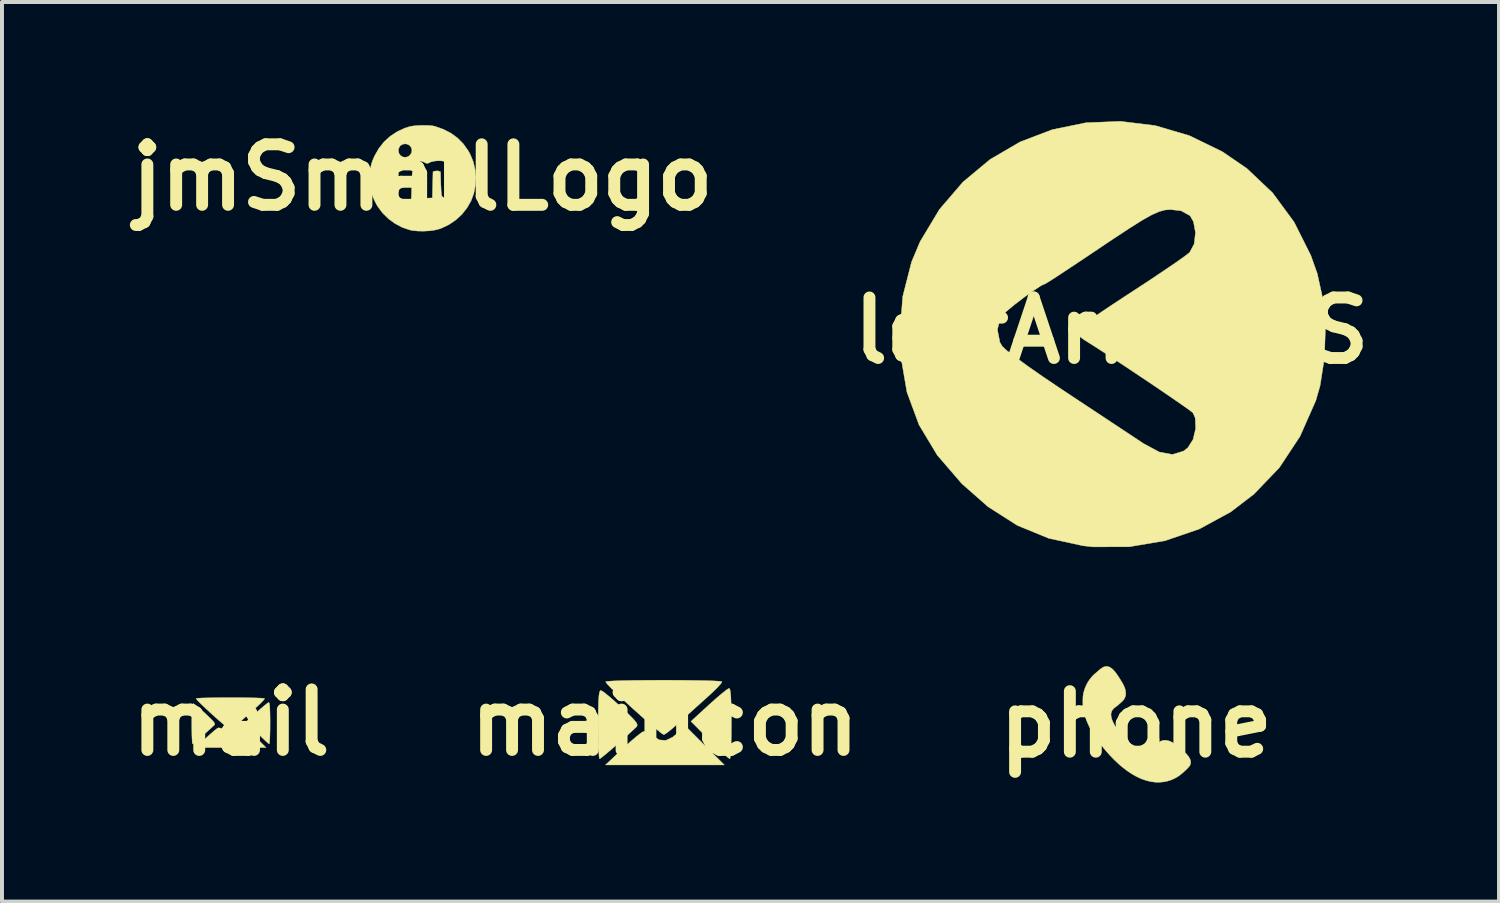
<source format=kicad_pcb>
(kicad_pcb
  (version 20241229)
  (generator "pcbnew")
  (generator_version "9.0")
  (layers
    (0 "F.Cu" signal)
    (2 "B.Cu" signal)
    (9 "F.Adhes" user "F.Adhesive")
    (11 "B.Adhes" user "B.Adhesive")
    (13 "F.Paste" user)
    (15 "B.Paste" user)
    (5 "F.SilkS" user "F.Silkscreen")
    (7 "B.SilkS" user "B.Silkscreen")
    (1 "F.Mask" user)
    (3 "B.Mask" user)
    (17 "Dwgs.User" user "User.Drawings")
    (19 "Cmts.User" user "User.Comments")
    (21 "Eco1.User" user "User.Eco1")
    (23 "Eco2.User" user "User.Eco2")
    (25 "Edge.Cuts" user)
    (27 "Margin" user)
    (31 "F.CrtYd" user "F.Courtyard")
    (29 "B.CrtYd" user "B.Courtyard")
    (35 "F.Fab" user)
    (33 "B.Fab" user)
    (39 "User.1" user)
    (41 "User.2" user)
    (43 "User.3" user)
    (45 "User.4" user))
  (footprint "phone"
    (layer "F.Cu")
    (at 25.558 15.188)
    (property "Reference" "phone" (at 0 0 0) (layer "F.SilkS") (effects (font (size 1.524 1.524) (thickness 0.3))))
    (attr through_hole)
    (fp_poly (pts (xy -0.725 -1.457) (xy -0.707 -1.454) (xy -0.69 -1.448) (xy -0.667 -1.438) (xy -0.663 -1.436) (xy -0.635 -1.42) (xy -0.607 -1.399) (xy -0.578 -1.373) (xy -0.548 -1.34) (xy -0.517 -1.301) (xy -0.482 -1.253) (xy -0.444 -1.197) (xy -0.403 -1.133) (xy -0.37 -1.079) (xy -0.343 -1.033) (xy -0.321 -0.992) (xy -0.304 -0.956) (xy -0.29 -0.922) (xy -0.279 -0.889) (xy -0.271 -0.855) (xy -0.268 -0.841) (xy -0.261 -0.783) (xy -0.266 -0.728) (xy -0.281 -0.677) (xy -0.308 -0.628) (xy -0.314 -0.619) (xy -0.331 -0.599) (xy -0.356 -0.574) (xy -0.387 -0.545) (xy -0.422 -0.514) (xy -0.459 -0.482) (xy -0.498 -0.452) (xy -0.52 -0.435) (xy -0.561 -0.402) (xy -0.591 -0.369) (xy -0.613 -0.336) (xy -0.626 -0.3) (xy -0.629 -0.289) (xy -0.634 -0.241) (xy -0.628 -0.186) (xy -0.612 -0.127) (xy -0.587 -0.063) (xy -0.551 0.007) (xy -0.504 0.082) (xy -0.448 0.161) (xy -0.382 0.246) (xy -0.358 0.274) (xy -0.279 0.365) (xy -0.204 0.445) (xy -0.132 0.513) (xy -0.064 0.571) (xy 0.001 0.618) (xy 0.062 0.655) (xy 0.12 0.68) (xy 0.174 0.695) (xy 0.217 0.698) (xy 0.248 0.697) (xy 0.276 0.691) (xy 0.303 0.68) (xy 0.33 0.663) (xy 0.36 0.639) (xy 0.395 0.607) (xy 0.398 0.604) (xy 0.452 0.552) (xy 0.501 0.509) (xy 0.543 0.473) (xy 0.58 0.447) (xy 0.609 0.43) (xy 0.659 0.411) (xy 0.711 0.402) (xy 0.764 0.404) (xy 0.82 0.416) (xy 0.878 0.439) (xy 0.94 0.473) (xy 0.983 0.502) (xy 1.01 0.522) (xy 1.044 0.549) (xy 1.081 0.579) (xy 1.12 0.612) (xy 1.159 0.646) (xy 1.195 0.678) (xy 1.227 0.708) (xy 1.248 0.728) (xy 1.295 0.78) (xy 1.331 0.83) (xy 1.356 0.877) (xy 1.37 0.922) (xy 1.373 0.966) (xy 1.365 1.008) (xy 1.356 1.031) (xy 1.345 1.048) (xy 1.326 1.071) (xy 1.301 1.099) (xy 1.271 1.13) (xy 1.238 1.162) (xy 1.202 1.195) (xy 1.165 1.228) (xy 1.128 1.258) (xy 1.094 1.285) (xy 1.064 1.306) (xy 0.977 1.358) (xy 0.885 1.399) (xy 0.789 1.43) (xy 0.69 1.45) (xy 0.588 1.459) (xy 0.484 1.457) (xy 0.451 1.454) (xy 0.343 1.437) (xy 0.233 1.408) (xy 0.123 1.369) (xy 0.012 1.317) (xy -0.099 1.255) (xy -0.211 1.181) (xy -0.324 1.096) (xy -0.437 1.001) (xy -0.551 0.894) (xy -0.665 0.776) (xy -0.778 0.647) (xy -0.798 0.623) (xy -0.898 0.499) (xy -0.988 0.377) (xy -1.067 0.258) (xy -1.136 0.142) (xy -1.195 0.027) (xy -1.245 -0.087) (xy -1.285 -0.2) (xy -1.316 -0.314) (xy -1.331 -0.39) (xy -1.335 -0.414) (xy -1.338 -0.44) (xy -1.34 -0.47) (xy -1.341 -0.506) (xy -1.342 -0.55) (xy -1.342 -0.577) (xy -1.341 -0.634) (xy -1.339 -0.682) (xy -1.336 -0.723) (xy -1.33 -0.762) (xy -1.322 -0.8) (xy -1.311 -0.84) (xy -1.296 -0.885) (xy -1.296 -0.888) (xy -1.264 -0.968) (xy -1.224 -1.047) (xy -1.176 -1.121) (xy -1.122 -1.19) (xy -1.064 -1.25) (xy -1.041 -1.271) (xy -1.019 -1.289) (xy -0.992 -1.312) (xy -0.963 -1.337) (xy -0.936 -1.361) (xy -0.936 -1.361) (xy -0.894 -1.395) (xy -0.858 -1.421) (xy -0.825 -1.44) (xy -0.794 -1.451) (xy -0.763 -1.456) (xy -0.748 -1.457) (xy -0.725 -1.457)) (stroke (width 0.01) (type solid)) (fill yes) (layer "F.SilkS")))
  (footprint "mail"
    (layer "F.Cu")
    (at 2.765 15.144)
    (property "Reference" "mail" (at 0 0 0) (layer "F.SilkS") (effects (font (size 1.524 1.524) (thickness 0.3))))
    (attr through_hole)
    (fp_poly (pts (xy 0.591 0.337) (xy 0.881 0.628) (xy -0.879 0.628) (xy -0.626 0.39) (xy -0.521 0.293) (xy -0.427 0.212) (xy -0.355 0.155) (xy -0.318 0.133) (xy -0.251 0.141) (xy -0.182 0.191) (xy -0.085 0.257) (xy 0.014 0.265) (xy 0.119 0.215) (xy 0.186 0.158) (xy 0.3 0.046) (xy 0.591 0.337)) (stroke (width 0.01) (type solid)) (fill yes) (layer "F.SilkS"))
    (fp_poly (pts (xy 0.967 -0.481) (xy 0.977 -0.398) (xy 0.983 -0.258) (xy 0.986 -0.06) (xy 0.986 0.015) (xy 0.985 0.184) (xy 0.981 0.331) (xy 0.976 0.445) (xy 0.97 0.517) (xy 0.963 0.538) (xy 0.935 0.518) (xy 0.873 0.463) (xy 0.786 0.381) (xy 0.684 0.281) (xy 0.664 0.26) (xy 0.387 -0.018) (xy 0.654 -0.263) (xy 0.76 -0.358) (xy 0.852 -0.435) (xy 0.92 -0.488) (xy 0.954 -0.508) (xy 0.954 -0.508) (xy 0.967 -0.481)) (stroke (width 0.01) (type solid)) (fill yes) (layer "F.SilkS"))
    (fp_poly (pts (xy -0.914 -0.457) (xy -0.845 -0.403) (xy -0.753 -0.325) (xy -0.647 -0.229) (xy -0.644 -0.226) (xy -0.532 -0.119) (xy -0.459 -0.045) (xy -0.419 0.005) (xy -0.407 0.038) (xy -0.418 0.061) (xy -0.42 0.064) (xy -0.503 0.141) (xy -0.601 0.229) (xy -0.704 0.32) (xy -0.802 0.406) (xy -0.886 0.476) (xy -0.944 0.523) (xy -0.966 0.538) (xy -0.973 0.51) (xy -0.978 0.431) (xy -0.983 0.313) (xy -0.985 0.163) (xy -0.986 0.03) (xy -0.985 -0.166) (xy -0.982 -0.308) (xy -0.975 -0.403) (xy -0.965 -0.457) (xy -0.952 -0.476) (xy -0.949 -0.477) (xy -0.914 -0.457)) (stroke (width 0.01) (type solid)) (fill yes) (layer "F.SilkS"))
    (fp_poly (pts (xy 0.088 -0.627) (xy 0.281 -0.626) (xy 0.459 -0.624) (xy 0.614 -0.621) (xy 0.736 -0.616) (xy 0.817 -0.611) (xy 0.847 -0.605) (xy 0.831 -0.577) (xy 0.779 -0.52) (xy 0.699 -0.441) (xy 0.617 -0.366) (xy 0.492 -0.254) (xy 0.36 -0.136) (xy 0.242 -0.029) (xy 0.194 0.015) (xy 0.107 0.091) (xy 0.035 0.149) (xy -0.01 0.177) (xy -0.016 0.179) (xy -0.046 0.16) (xy -0.114 0.107) (xy -0.21 0.025) (xy -0.329 -0.078) (xy -0.462 -0.196) (xy -0.468 -0.202) (xy -0.598 -0.322) (xy -0.711 -0.428) (xy -0.8 -0.515) (xy -0.857 -0.576) (xy -0.876 -0.605) (xy -0.876 -0.605) (xy -0.844 -0.611) (xy -0.761 -0.617) (xy -0.637 -0.621) (xy -0.481 -0.624) (xy -0.302 -0.626) (xy -0.109 -0.627) (xy 0.088 -0.627)) (stroke (width 0.01) (type solid)) (fill yes) (layer "F.SilkS")))
  (footprint "mailIcon"
    (layer "F.Cu")
    (at 13.69 15.144)
    (property "Reference" "mailIcon" (at 0 0 0) (layer "F.SilkS") (effects (font (size 1.524 1.524) (thickness 0.3))))
    (attr through_hole)
    (fp_poly (pts (xy 1.004 0.573) (xy 1.498 1.067) (xy -1.494 1.067) (xy -1.064 0.662) (xy -0.886 0.499) (xy -0.726 0.361) (xy -0.603 0.264) (xy -0.541 0.226) (xy -0.426 0.239) (xy -0.31 0.325) (xy -0.144 0.436) (xy 0.024 0.45) (xy 0.202 0.365) (xy 0.316 0.268) (xy 0.51 0.079) (xy 1.004 0.573)) (stroke (width 0.01) (type solid)) (fill yes) (layer "F.SilkS"))
    (fp_poly (pts (xy 1.644 -0.817) (xy 1.661 -0.676) (xy 1.671 -0.438) (xy 1.676 -0.102) (xy 1.676 0.025) (xy 1.674 0.313) (xy 1.668 0.562) (xy 1.66 0.756) (xy 1.648 0.878) (xy 1.637 0.914) (xy 1.589 0.88) (xy 1.484 0.787) (xy 1.337 0.648) (xy 1.163 0.477) (xy 1.128 0.442) (xy 0.658 -0.03) (xy 1.112 -0.447) (xy 1.292 -0.608) (xy 1.448 -0.74) (xy 1.563 -0.83) (xy 1.621 -0.864) (xy 1.622 -0.864) (xy 1.644 -0.817)) (stroke (width 0.01) (type solid)) (fill yes) (layer "F.SilkS"))
    (fp_poly (pts (xy -1.553 -0.777) (xy -1.437 -0.686) (xy -1.28 -0.552) (xy -1.101 -0.389) (xy -1.096 -0.384) (xy -0.905 -0.203) (xy -0.78 -0.076) (xy -0.713 0.009) (xy -0.693 0.065) (xy -0.71 0.104) (xy -0.715 0.109) (xy -0.855 0.239) (xy -1.021 0.39) (xy -1.197 0.545) (xy -1.364 0.69) (xy -1.506 0.81) (xy -1.605 0.889) (xy -1.643 0.914) (xy -1.654 0.866) (xy -1.663 0.733) (xy -1.671 0.531) (xy -1.675 0.278) (xy -1.676 0.051) (xy -1.675 -0.282) (xy -1.669 -0.523) (xy -1.658 -0.685) (xy -1.641 -0.777) (xy -1.618 -0.81) (xy -1.613 -0.81) (xy -1.553 -0.777)) (stroke (width 0.01) (type solid)) (fill yes) (layer "F.SilkS"))
    (fp_poly (pts (xy 0.15 -1.066) (xy 0.477 -1.064) (xy 0.78 -1.06) (xy 1.044 -1.055) (xy 1.252 -1.048) (xy 1.389 -1.039) (xy 1.44 -1.029) (xy 1.413 -0.982) (xy 1.325 -0.884) (xy 1.188 -0.75) (xy 1.049 -0.622) (xy 0.837 -0.432) (xy 0.613 -0.23) (xy 0.412 -0.049) (xy 0.33 0.025) (xy 0.182 0.155) (xy 0.06 0.253) (xy -0.017 0.302) (xy -0.027 0.304) (xy -0.079 0.272) (xy -0.193 0.181) (xy -0.358 0.043) (xy -0.559 -0.132) (xy -0.785 -0.334) (xy -0.795 -0.343) (xy -1.017 -0.547) (xy -1.209 -0.728) (xy -1.359 -0.876) (xy -1.457 -0.98) (xy -1.49 -1.028) (xy -1.49 -1.029) (xy -1.435 -1.039) (xy -1.294 -1.048) (xy -1.083 -1.055) (xy -0.817 -1.061) (xy -0.513 -1.064) (xy -0.185 -1.066) (xy 0.15 -1.066)) (stroke (width 0.01) (type solid)) (fill yes) (layer "F.SilkS")))
  (footprint "leftArrowSS"
    (layer "F.Cu")
    (at 24.939 5.275)
    (property "Reference" "leftArrowSS" (at 0 0 0) (layer "F.SilkS") (effects (font (size 1.524 1.524) (thickness 0.3))))
    (attr through_hole)
    (fp_poly (pts (xy 1.099 -5.163) (xy 1.959 -4.91) (xy 2.789 -4.506) (xy 3.406 -4.084) (xy 4.055 -3.469) (xy 4.596 -2.734) (xy 5.016 -1.897) (xy 5.179 -1.439) (xy 5.324 -0.779) (xy 5.384 -0.048) (xy 5.359 0.695) (xy 5.25 1.388) (xy 5.142 1.764) (xy 4.744 2.664) (xy 4.227 3.447) (xy 3.584 4.118) (xy 3 4.565) (xy 2.212 4.994) (xy 1.347 5.29) (xy 0.442 5.443) (xy -0.465 5.445) (xy -0.72 5.417) (xy -1.583 5.229) (xy -2.373 4.905) (xy -3.111 4.434) (xy -3.77 3.854) (xy -4.389 3.136) (xy -4.848 2.372) (xy -5.152 1.549) (xy -5.307 0.651) (xy -5.331 0.085) (xy -5.323 -0.024) (xy -2.875 -0.024) (xy -2.812 0.293) (xy -2.753 0.395) (xy -2.647 0.495) (xy -2.421 0.669) (xy -2.1 0.902) (xy -1.705 1.177) (xy -1.26 1.477) (xy -1.123 1.568) (xy -0.645 1.884) (xy -0.188 2.186) (xy 0.221 2.457) (xy 0.552 2.676) (xy 0.776 2.825) (xy 0.804 2.844) (xy 1.201 3.057) (xy 1.533 3.119) (xy 1.812 3.033) (xy 1.921 2.949) (xy 2.053 2.739) (xy 2.118 2.464) (xy 2.107 2.201) (xy 2.052 2.074) (xy 1.968 2.006) (xy 1.768 1.864) (xy 1.478 1.664) (xy 1.125 1.423) (xy 0.734 1.161) (xy 0.332 0.893) (xy -0.056 0.637) (xy -0.404 0.412) (xy -0.685 0.234) (xy -0.699 0.225) (xy -0.859 0.109) (xy -0.93 0.023) (xy -0.93 0.019) (xy -0.862 -0.044) (xy -0.673 -0.183) (xy -0.384 -0.383) (xy -0.019 -0.628) (xy 0.402 -0.905) (xy 0.443 -0.931) (xy 0.881 -1.217) (xy 1.276 -1.481) (xy 1.606 -1.705) (xy 1.843 -1.873) (xy 1.964 -1.967) (xy 1.966 -1.968) (xy 2.08 -2.182) (xy 2.113 -2.467) (xy 2.063 -2.744) (xy 1.977 -2.893) (xy 1.751 -3.018) (xy 1.486 -3.048) (xy 1.348 -3.038) (xy 1.199 -2.998) (xy 1.015 -2.917) (xy 0.774 -2.782) (xy 0.454 -2.581) (xy 0.03 -2.302) (xy -0.246 -2.117) (xy -0.672 -1.831) (xy -1.048 -1.581) (xy -1.352 -1.38) (xy -1.563 -1.244) (xy -1.659 -1.186) (xy -1.662 -1.185) (xy -1.769 -1.136) (xy -1.964 -1.009) (xy -2.205 -0.837) (xy -2.449 -0.65) (xy -2.655 -0.479) (xy -2.78 -0.358) (xy -2.796 -0.336) (xy -2.875 -0.024) (xy -5.323 -0.024) (xy -5.258 -0.861) (xy -5.036 -1.73) (xy -4.82 -2.243) (xy -4.333 -3.053) (xy -3.74 -3.744) (xy -3.058 -4.311) (xy -2.303 -4.752) (xy -1.492 -5.061) (xy -0.644 -5.235) (xy 0.225 -5.27) (xy 1.099 -5.163)) (stroke (width 0.01) (type solid)) (fill yes) (layer "F.SilkS")))
  (footprint "jmSmallLogo"
    (layer "F.Cu")
    (at 7.591 1.418)
    (property "Reference" "jmSmallLogo" (at 0 0 0) (layer "F.SilkS") (effects (font (size 1.524 1.524) (thickness 0.3))))
    (attr through_hole)
    (fp_poly (pts (xy 0.166 -1.308) (xy 0.252 -1.3) (xy 0.305 -1.289) (xy 0.521 -1.213) (xy 0.714 -1.114) (xy 0.882 -0.991) (xy 1.027 -0.844) (xy 1.148 -0.672) (xy 1.194 -0.591) (xy 1.272 -0.404) (xy 1.321 -0.205) (xy 1.34 -0.001) (xy 1.329 0.203) (xy 1.289 0.402) (xy 1.219 0.591) (xy 1.117 0.768) (xy 0.989 0.929) (xy 0.837 1.069) (xy 0.666 1.186) (xy 0.479 1.275) (xy 0.415 1.298) (xy 0.303 1.326) (xy 0.17 1.344) (xy 0.027 1.352) (xy -0.115 1.35) (xy -0.244 1.337) (xy -0.319 1.323) (xy -0.513 1.257) (xy -0.694 1.161) (xy -0.86 1.04) (xy -1.007 0.896) (xy -1.129 0.732) (xy -1.162 0.673) (xy -0.725 0.673) (xy -0.703 0.727) (xy -0.703 0.728) (xy -0.67 0.776) (xy -0.629 0.801) (xy -0.569 0.809) (xy -0.529 0.808) (xy -0.459 0.796) (xy -0.408 0.771) (xy -0.396 0.761) (xy -0.361 0.72) (xy -0.326 0.665) (xy -0.315 0.643) (xy -0.303 0.615) (xy -0.294 0.583) (xy -0.287 0.544) (xy -0.282 0.492) (xy -0.279 0.422) (xy -0.276 0.329) (xy -0.274 0.212) (xy -0.271 0.076) (xy -0.267 -0.028) (xy -0.261 -0.1) (xy -0.255 -0.143) (xy -0.248 -0.156) (xy -0.204 -0.168) (xy -0.15 -0.164) (xy -0.104 -0.146) (xy -0.099 -0.141) (xy -0.087 -0.128) (xy -0.079 -0.107) (xy -0.073 -0.075) (xy -0.07 -0.026) (xy -0.068 0.046) (xy -0.068 0.145) (xy -0.068 0.164) (xy -0.068 0.267) (xy -0.067 0.342) (xy -0.064 0.394) (xy -0.059 0.428) (xy -0.051 0.452) (xy -0.04 0.469) (xy -0.025 0.484) (xy 0.001 0.507) (xy 0.03 0.519) (xy 0.071 0.523) (xy 0.131 0.521) (xy 0.246 0.516) (xy 0.254 0.187) (xy 0.262 -0.143) (xy 0.309 -0.16) (xy 0.376 -0.166) (xy 0.402 -0.16) (xy 0.449 -0.143) (xy 0.458 0.144) (xy 0.462 0.241) (xy 0.466 0.328) (xy 0.472 0.398) (xy 0.477 0.446) (xy 0.481 0.462) (xy 0.509 0.497) (xy 0.556 0.517) (xy 0.628 0.525) (xy 0.649 0.525) (xy 0.701 0.525) (xy 0.739 0.522) (xy 0.765 0.513) (xy 0.782 0.491) (xy 0.791 0.453) (xy 0.795 0.395) (xy 0.796 0.311) (xy 0.796 0.211) (xy 0.795 0.107) (xy 0.792 0.008) (xy 0.787 -0.077) (xy 0.781 -0.142) (xy 0.777 -0.17) (xy 0.741 -0.262) (xy 0.678 -0.338) (xy 0.594 -0.391) (xy 0.553 -0.406) (xy 0.469 -0.419) (xy 0.373 -0.42) (xy 0.279 -0.409) (xy 0.199 -0.387) (xy 0.18 -0.378) (xy 0.139 -0.358) (xy 0.111 -0.353) (xy 0.079 -0.363) (xy 0.045 -0.38) (xy 0.012 -0.394) (xy -0.024 -0.404) (xy -0.071 -0.411) (xy -0.135 -0.415) (xy -0.223 -0.418) (xy -0.279 -0.419) (xy -0.372 -0.42) (xy -0.454 -0.42) (xy -0.52 -0.418) (xy -0.562 -0.416) (xy -0.572 -0.415) (xy -0.61 -0.406) (xy -0.61 0.052) (xy -0.61 0.203) (xy -0.612 0.323) (xy -0.615 0.416) (xy -0.62 0.487) (xy -0.629 0.538) (xy -0.64 0.573) (xy -0.656 0.596) (xy -0.675 0.611) (xy -0.694 0.618) (xy -0.722 0.637) (xy -0.725 0.673) (xy -1.162 0.673) (xy -1.193 0.618) (xy -1.247 0.501) (xy -1.285 0.398) (xy -1.309 0.296) (xy -1.323 0.186) (xy -1.328 0.055) (xy -1.328 0.025) (xy -1.325 -0.111) (xy -1.314 -0.225) (xy -1.292 -0.328) (xy -1.258 -0.431) (xy -1.21 -0.54) (xy -1.132 -0.677) (xy -0.61 -0.677) (xy -0.595 -0.606) (xy -0.557 -0.552) (xy -0.503 -0.518) (xy -0.44 -0.506) (xy -0.375 -0.52) (xy -0.32 -0.557) (xy -0.28 -0.618) (xy -0.269 -0.683) (xy -0.283 -0.746) (xy -0.319 -0.799) (xy -0.375 -0.835) (xy -0.44 -0.847) (xy -0.514 -0.832) (xy -0.57 -0.791) (xy -0.603 -0.728) (xy -0.61 -0.677) (xy -1.132 -0.677) (xy -1.103 -0.729) (xy -0.971 -0.895) (xy -0.816 -1.037) (xy -0.641 -1.153) (xy -0.447 -1.242) (xy -0.322 -1.282) (xy -0.249 -1.295) (xy -0.154 -1.305) (xy -0.047 -1.31) (xy 0.063 -1.311) (xy 0.166 -1.308)) (stroke (width 0.01) (type solid)) (fill yes) (layer "F.SilkS")))
  (gr_rect
    (start -3 -3)
    (end 34.695 19.652)
    (stroke (width 0.1) (type default))
    (fill no)
    (layer "Edge.Cuts")))
</source>
